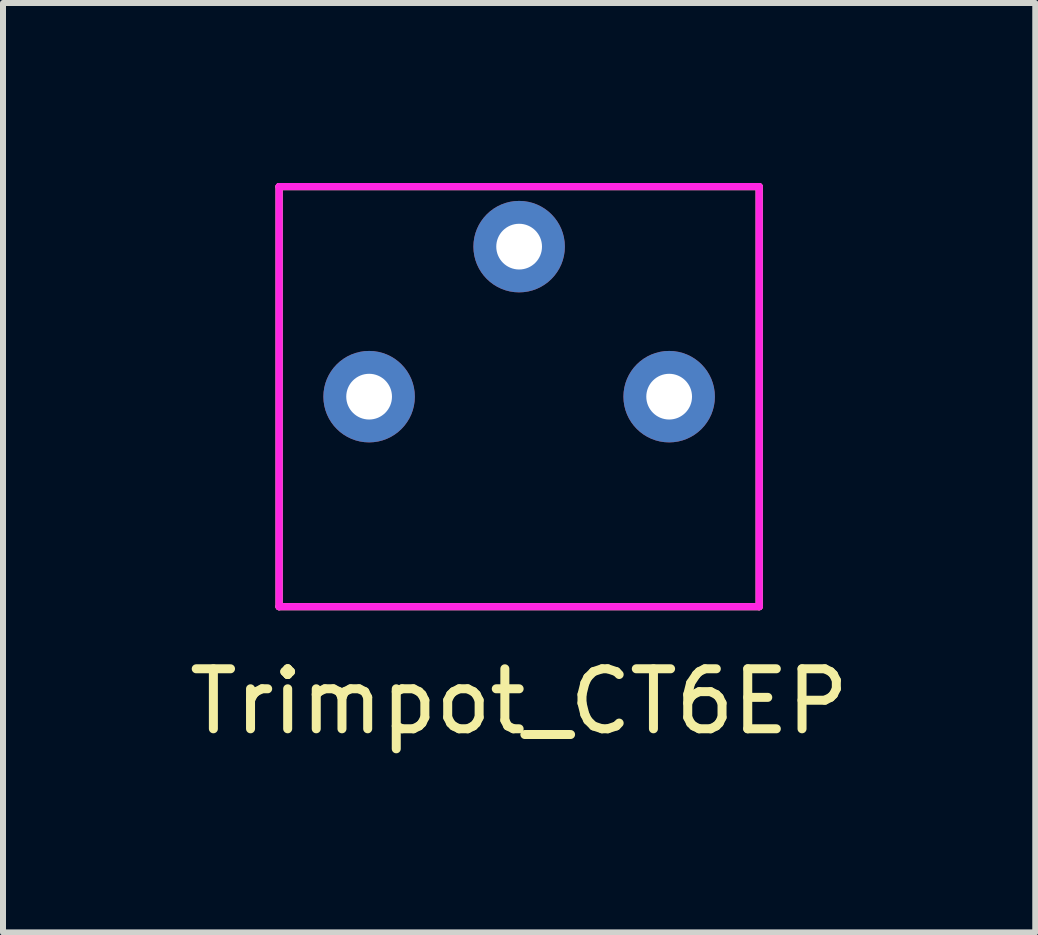
<source format=kicad_pcb>
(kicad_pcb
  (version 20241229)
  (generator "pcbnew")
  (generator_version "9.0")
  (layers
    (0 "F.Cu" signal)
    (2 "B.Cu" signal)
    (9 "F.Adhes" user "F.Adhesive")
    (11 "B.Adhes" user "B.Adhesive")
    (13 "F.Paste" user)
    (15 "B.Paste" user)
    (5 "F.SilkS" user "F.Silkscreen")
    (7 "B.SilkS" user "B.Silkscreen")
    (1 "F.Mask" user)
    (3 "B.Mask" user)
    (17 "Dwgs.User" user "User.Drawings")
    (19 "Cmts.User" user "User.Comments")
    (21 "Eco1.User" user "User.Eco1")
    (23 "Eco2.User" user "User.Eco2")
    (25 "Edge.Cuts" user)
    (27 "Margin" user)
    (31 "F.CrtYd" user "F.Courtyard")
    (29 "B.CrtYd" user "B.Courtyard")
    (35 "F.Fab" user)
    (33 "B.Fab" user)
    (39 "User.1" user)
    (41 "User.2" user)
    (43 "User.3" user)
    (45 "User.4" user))
  (footprint "Trimpot_CT6EP"
    (layer "F.Cu")
    (at 5.601 3.56)
    (property "Reference" "Trimpot_CT6EP" (at 0 5.08 0) (layer "F.SilkS") (effects (font (size 1 1) (thickness 0.15))))
    (attr through_hole)
    (fp_line (start -4 -3.5) (end -4 3.5) (stroke (width 0.12) (type solid)) (layer "F.SilkS"))
    (fp_line (start -4 3.5) (end 4 3.5) (stroke (width 0.12) (type solid)) (layer "F.SilkS"))
    (fp_line (start 4 -3.5) (end -4 -3.5) (stroke (width 0.12) (type solid)) (layer "F.SilkS"))
    (fp_line (start 4 3.5) (end 4 -3.5) (stroke (width 0.12) (type solid)) (layer "F.SilkS"))
    (fp_line (start -4 -3.5) (end 4 -3.5) (stroke (width 0.12) (type solid)) (layer "F.CrtYd"))
    (fp_line (start -4 3.5) (end -4 -3.5) (stroke (width 0.12) (type solid)) (layer "F.CrtYd"))
    (fp_line (start 4 -3.5) (end 4 3.5) (stroke (width 0.12) (type solid)) (layer "F.CrtYd"))
    (fp_line (start 4 3.5) (end -4 3.5) (stroke (width 0.12) (type solid)) (layer "F.CrtYd"))
    (pad "1" thru_hole circle (at 2.5 0) (size 1.524 1.524) (drill 0.762) (layers "*.Cu" "*.Mask"))
    (pad "2" thru_hole circle (at 0 -2.5) (size 1.524 1.524) (drill 0.762) (layers "*.Cu" "*.Mask"))
    (pad "3" thru_hole circle (at -2.5 0) (size 1.524 1.524) (drill 0.762) (layers "*.Cu" "*.Mask")))
  (gr_rect
    (start -3 -3)
    (end 14.202 12.488)
    (stroke (width 0.1) (type default))
    (fill no)
    (layer "Edge.Cuts")))
</source>
